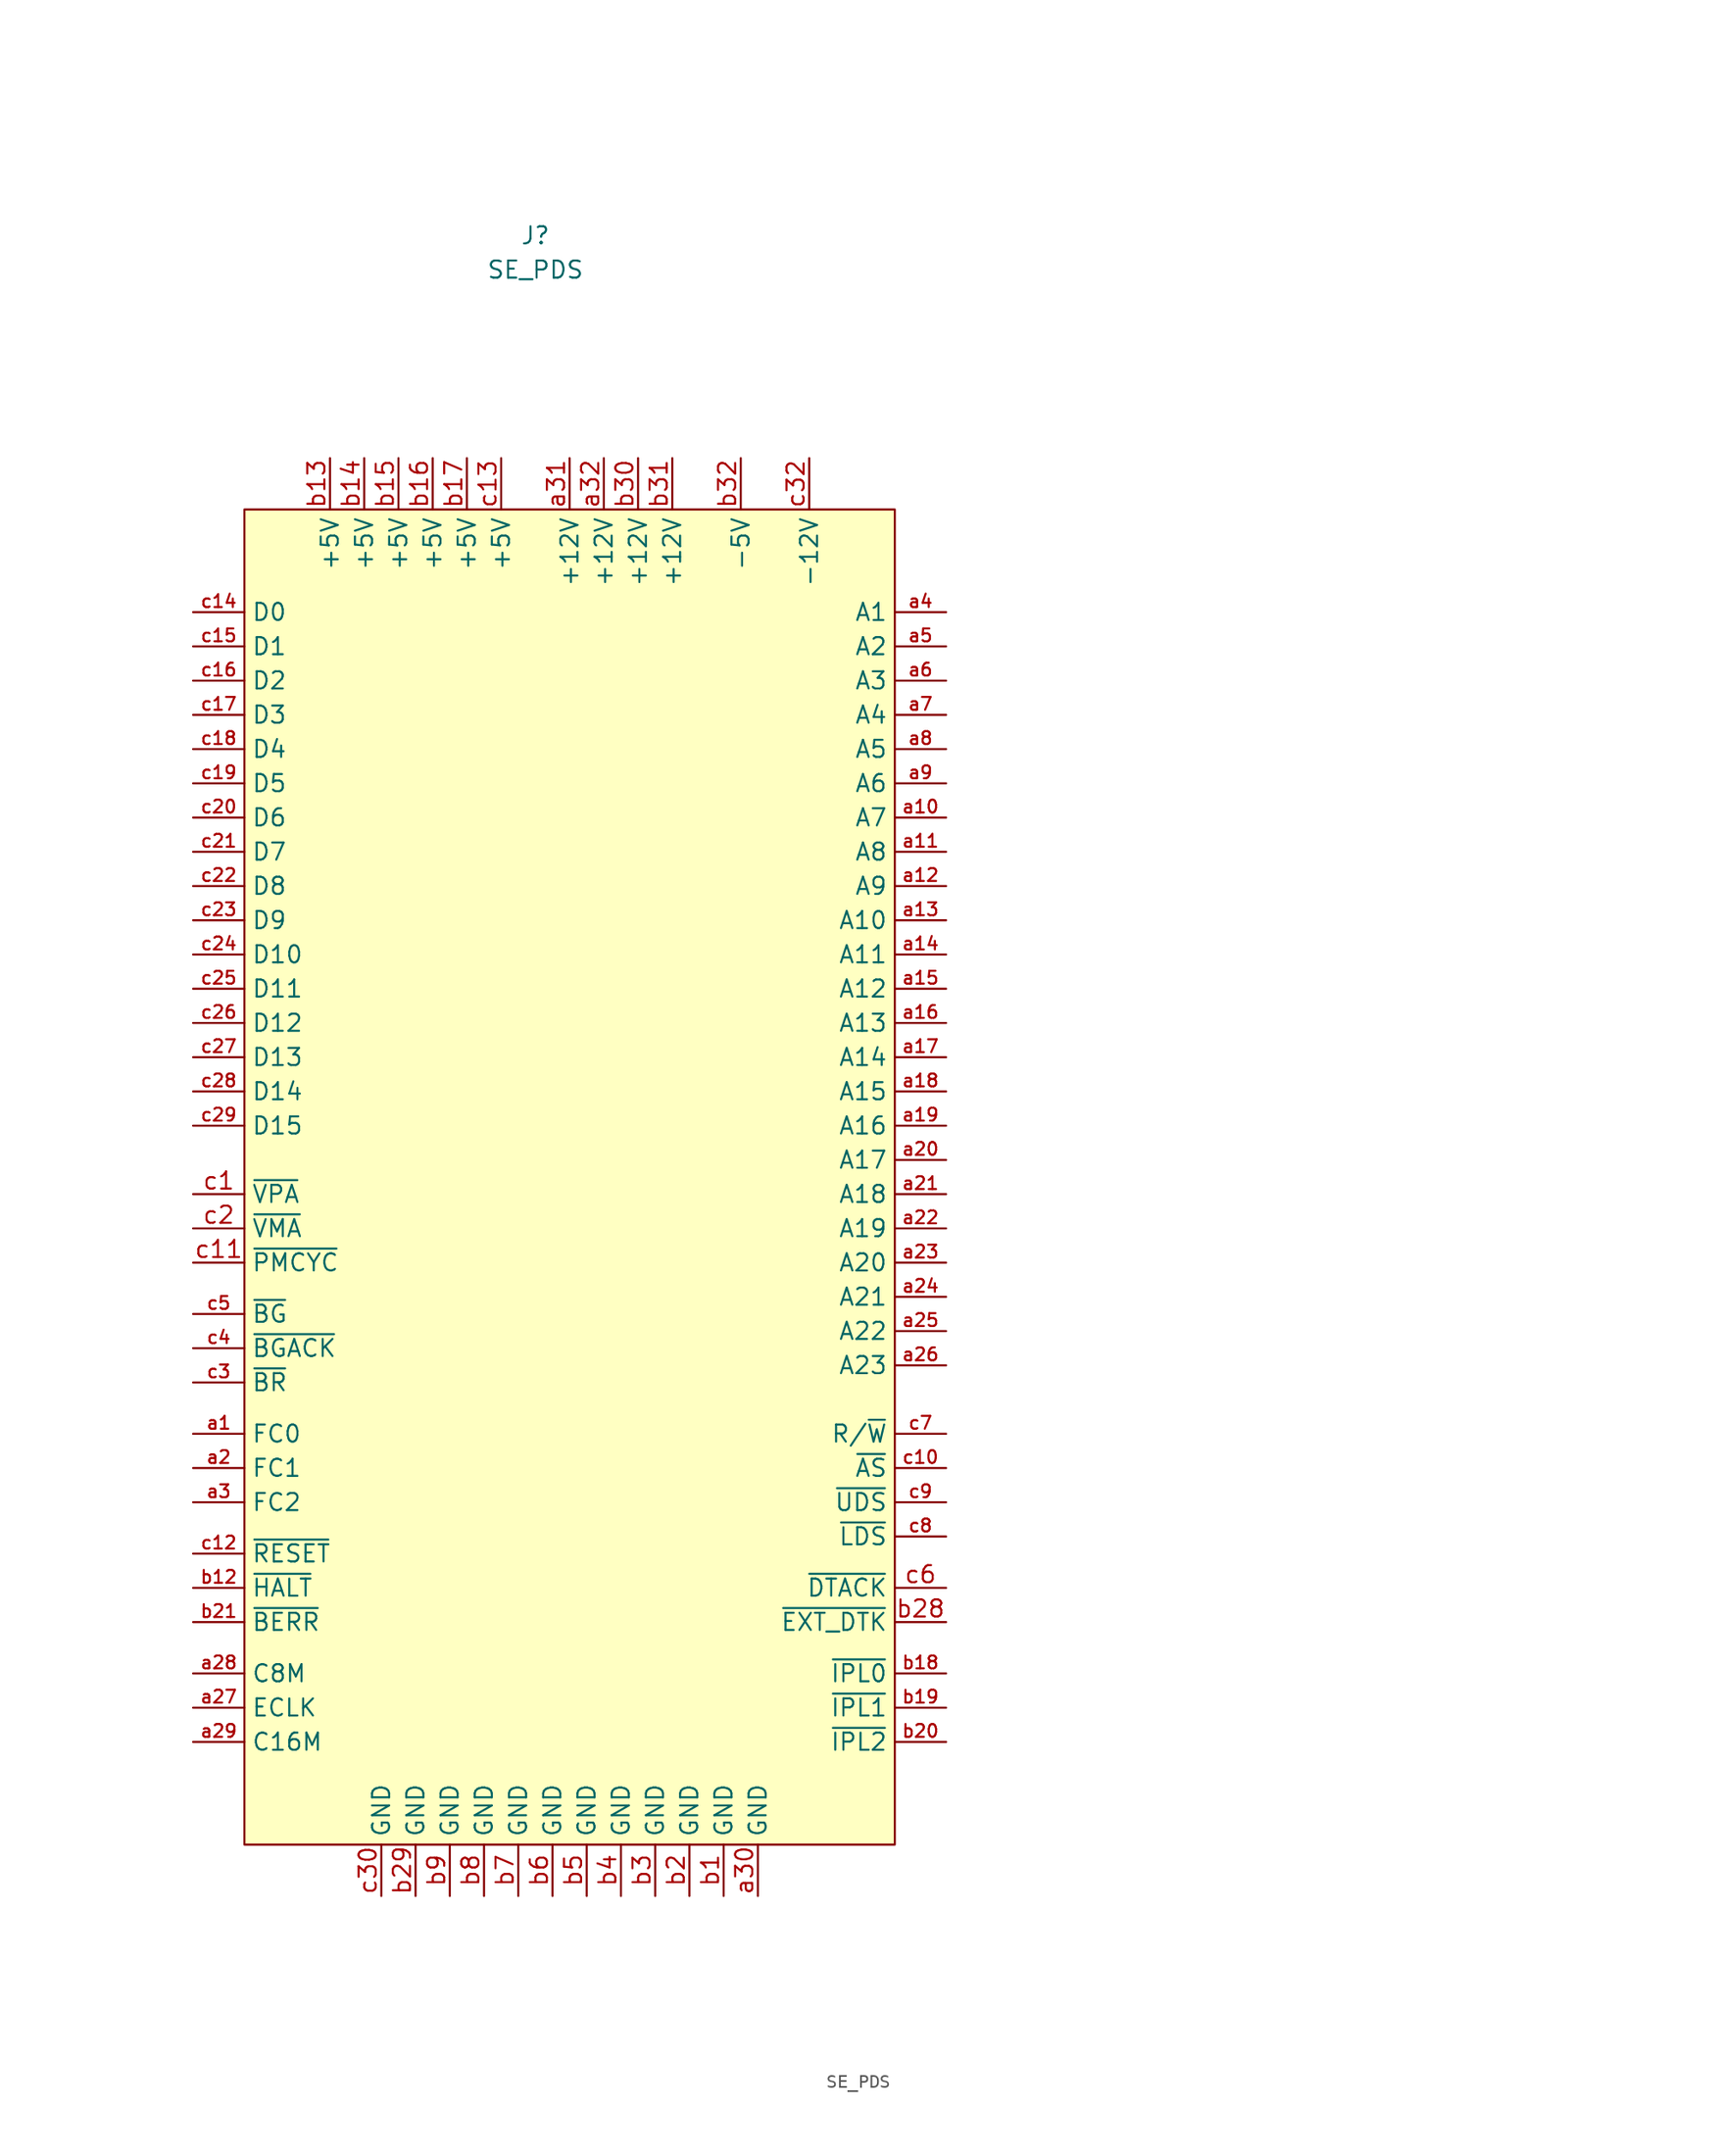
<source format=kicad_sym>
(kicad_symbol_lib
  (version 20220914)
  (generator kicad_symbol_editor)
  (symbol "SE_PDS"
    (property "Reference" "J"
      (at 0 13.97 0)
      (effects (font (size 1.27 1.27))))
    (property "Value" "SE_PDS"
      (at 0 11.43 0)
      (effects (font (size 1.27 1.27))))
    (symbol "SE_PDS_1_0"
      (pin output line (at -25.4 -74.93 0) (length 3.81) (name "FC0" (effects (font (size 1.27 1.27)))) (number "a1" (effects (font (size 0.953 0.953)))))
      (pin output line (at 30.48 -29.21 180) (length 3.81) (name "A7" (effects (font (size 1.27 1.27)))) (number "a10" (effects (font (size 0.953 0.953)))))
      (pin output line (at 30.48 -31.75 180) (length 3.81) (name "A8" (effects (font (size 1.27 1.27)))) (number "a11" (effects (font (size 0.953 0.953)))))
      (pin output line (at 30.48 -34.29 180) (length 3.81) (name "A9" (effects (font (size 1.27 1.27)))) (number "a12" (effects (font (size 0.953 0.953)))))
      (pin output line (at 30.48 -36.83 180) (length 3.81) (name "A10" (effects (font (size 1.27 1.27)))) (number "a13" (effects (font (size 0.953 0.953)))))
      (pin output line (at 30.48 -39.37 180) (length 3.81) (name "A11" (effects (font (size 1.27 1.27)))) (number "a14" (effects (font (size 0.953 0.953)))))
      (pin output line (at 30.48 -41.91 180) (length 3.81) (name "A12" (effects (font (size 1.27 1.27)))) (number "a15" (effects (font (size 0.953 0.953)))))
      (pin output line (at 30.48 -44.45 180) (length 3.81) (name "A13" (effects (font (size 1.27 1.27)))) (number "a16" (effects (font (size 0.953 0.953)))))
      (pin output line (at 30.48 -46.99 180) (length 3.81) (name "A14" (effects (font (size 1.27 1.27)))) (number "a17" (effects (font (size 0.953 0.953)))))
      (pin output line (at 30.48 -49.53 180) (length 3.81) (name "A15" (effects (font (size 1.27 1.27)))) (number "a18" (effects (font (size 0.953 0.953)))))
      (pin output line (at 30.48 -52.07 180) (length 3.81) (name "A16" (effects (font (size 1.27 1.27)))) (number "a19" (effects (font (size 0.953 0.953)))))
      (pin output line (at -25.4 -77.47 0) (length 3.81) (name "FC1" (effects (font (size 1.27 1.27)))) (number "a2" (effects (font (size 0.953 0.953)))))
      (pin output line (at 30.48 -54.61 180) (length 3.81) (name "A17" (effects (font (size 1.27 1.27)))) (number "a20" (effects (font (size 0.953 0.953)))))
      (pin output line (at 30.48 -57.15 180) (length 3.81) (name "A18" (effects (font (size 1.27 1.27)))) (number "a21" (effects (font (size 0.953 0.953)))))
      (pin output line (at 30.48 -59.69 180) (length 3.81) (name "A19" (effects (font (size 1.27 1.27)))) (number "a22" (effects (font (size 0.953 0.953)))))
      (pin output line (at 30.48 -62.23 180) (length 3.81) (name "A20" (effects (font (size 1.27 1.27)))) (number "a23" (effects (font (size 0.953 0.953)))))
      (pin output line (at 30.48 -64.77 180) (length 3.81) (name "A21" (effects (font (size 1.27 1.27)))) (number "a24" (effects (font (size 0.953 0.953)))))
      (pin output line (at 30.48 -67.31 180) (length 3.81) (name "A22" (effects (font (size 1.27 1.27)))) (number "a25" (effects (font (size 0.953 0.953)))))
      (pin output line (at 30.48 -69.85 180) (length 3.81) (name "A23" (effects (font (size 1.27 1.27)))) (number "a26" (effects (font (size 0.953 0.953)))))
      (pin output line (at -25.4 -95.25 0) (length 3.81) (name "ECLK" (effects (font (size 1.27 1.27)))) (number "a27" (effects (font (size 0.953 0.953)))))
      (pin output line (at -25.4 -92.71 0) (length 3.81) (name "C8M" (effects (font (size 1.27 1.27)))) (number "a28" (effects (font (size 0.953 0.953)))))
      (pin output line (at -25.4 -97.79 0) (length 3.81) (name "C16M" (effects (font (size 1.27 1.27)))) (number "a29" (effects (font (size 0.953 0.953)))))
      (pin output line (at -25.4 -80.01 0) (length 3.81) (name "FC2" (effects (font (size 1.27 1.27)))) (number "a3" (effects (font (size 0.953 0.953)))))
      (pin power_out line (at 16.51 -109.22 90) (length 3.81) (name "GND" (effects (font (size 1.27 1.27)))) (number "a30" (effects (font (size 1.27 1.27)))))
      (pin power_out line (at 2.54 -2.54 270) (length 3.81) (name "+12V" (effects (font (size 1.27 1.27)))) (number "a31" (effects (font (size 1.27 1.27)))))
      (pin power_out line (at 5.08 -2.54 270) (length 3.81) (name "+12V" (effects (font (size 1.27 1.27)))) (number "a32" (effects (font (size 1.27 1.27)))))
      (pin output line (at 30.48 -13.97 180) (length 3.81) (name "A1" (effects (font (size 1.27 1.27)))) (number "a4" (effects (font (size 0.953 0.953)))))
      (pin output line (at 30.48 -16.51 180) (length 3.81) (name "A2" (effects (font (size 1.27 1.27)))) (number "a5" (effects (font (size 0.953 0.953)))))
      (pin output line (at 30.48 -19.05 180) (length 3.81) (name "A3" (effects (font (size 1.27 1.27)))) (number "a6" (effects (font (size 0.953 0.953)))))
      (pin output line (at 30.48 -21.59 180) (length 3.81) (name "A4" (effects (font (size 1.27 1.27)))) (number "a7" (effects (font (size 0.953 0.953)))))
      (pin output line (at 30.48 -24.13 180) (length 3.81) (name "A5" (effects (font (size 1.27 1.27)))) (number "a8" (effects (font (size 0.953 0.953)))))
      (pin output line (at 30.48 -26.67 180) (length 3.81) (name "A6" (effects (font (size 1.27 1.27)))) (number "a9" (effects (font (size 0.953 0.953)))))
      (pin power_out line (at 13.97 -109.22 90) (length 3.81) (name "GND" (effects (font (size 1.27 1.27)))) (number "b1" (effects (font (size 1.27 1.27)))))
      (pin no_connect line (at 73.66 -34.29 180) (length 3.81) hide (name "Reserved" (effects (font (size 1.27 1.27)))) (number "b10" (effects (font (size 1.27 1.27)))))
      (pin no_connect line (at 73.66 -36.83 180) (length 3.81) hide (name "Reserved" (effects (font (size 1.27 1.27)))) (number "b11" (effects (font (size 1.27 1.27)))))
      (pin output line (at -25.4 -86.36 0) (length 3.81) (name "~{HALT}" (effects (font (size 1.27 1.27)))) (number "b12" (effects (font (size 0.953 0.953)))))
      (pin power_out line (at -15.24 -2.54 270) (length 3.81) (name "+5V" (effects (font (size 1.27 1.27)))) (number "b13" (effects (font (size 1.27 1.27)))))
      (pin power_out line (at -12.7 -2.54 270) (length 3.81) (name "+5V" (effects (font (size 1.27 1.27)))) (number "b14" (effects (font (size 1.27 1.27)))))
      (pin power_out line (at -10.16 -2.54 270) (length 3.81) (name "+5V" (effects (font (size 1.27 1.27)))) (number "b15" (effects (font (size 1.27 1.27)))))
      (pin power_out line (at -7.62 -2.54 270) (length 3.81) (name "+5V" (effects (font (size 1.27 1.27)))) (number "b16" (effects (font (size 1.27 1.27)))))
      (pin power_out line (at -5.08 -2.54 270) (length 3.81) (name "+5V" (effects (font (size 1.27 1.27)))) (number "b17" (effects (font (size 1.27 1.27)))))
      (pin input line (at 30.48 -92.71 180) (length 3.81) (name "~{IPL0}" (effects (font (size 1.27 1.27)))) (number "b18" (effects (font (size 0.953 0.953)))))
      (pin input line (at 30.48 -95.25 180) (length 3.81) (name "~{IPL1}" (effects (font (size 1.27 1.27)))) (number "b19" (effects (font (size 0.953 0.953)))))
      (pin power_out line (at 11.43 -109.22 90) (length 3.81) (name "GND" (effects (font (size 1.27 1.27)))) (number "b2" (effects (font (size 1.27 1.27)))))
      (pin input line (at 30.48 -97.79 180) (length 3.81) (name "~{IPL2}" (effects (font (size 1.27 1.27)))) (number "b20" (effects (font (size 0.953 0.953)))))
      (pin input line (at -25.4 -88.9 0) (length 3.81) (name "~{BERR}" (effects (font (size 1.27 1.27)))) (number "b21" (effects (font (size 0.953 0.953)))))
      (pin no_connect line (at 73.66 -52.07 180) (length 3.81) hide (name "Spare" (effects (font (size 1.27 1.27)))) (number "b22" (effects (font (size 1.27 1.27)))))
      (pin no_connect line (at 73.66 -54.61 180) (length 3.81) hide (name "Reserved" (effects (font (size 1.27 1.27)))) (number "b23" (effects (font (size 1.27 1.27)))))
      (pin no_connect line (at 73.66 -57.15 180) (length 3.81) hide (name "Reserved" (effects (font (size 1.27 1.27)))) (number "b24" (effects (font (size 1.27 1.27)))))
      (pin no_connect line (at 73.66 -59.69 180) (length 3.81) hide (name "Reserved" (effects (font (size 1.27 1.27)))) (number "b25" (effects (font (size 1.27 1.27)))))
      (pin no_connect line (at 73.66 -62.23 180) (length 3.81) hide (name "Reserved" (effects (font (size 1.27 1.27)))) (number "b26" (effects (font (size 1.27 1.27)))))
      (pin no_connect line (at 73.66 -64.77 180) (length 3.81) hide (name "Reserved" (effects (font (size 1.27 1.27)))) (number "b27" (effects (font (size 1.27 1.27)))))
      (pin input line (at 30.48 -88.9 180) (length 3.81) (name "~{EXT_DTK}" (effects (font (size 1.27 1.27)))) (number "b28" (effects (font (size 1.27 1.27)))))
      (pin power_out line (at -8.89 -109.22 90) (length 3.81) (name "GND" (effects (font (size 1.27 1.27)))) (number "b29" (effects (font (size 1.27 1.27)))))
      (pin power_out line (at 8.89 -109.22 90) (length 3.81) (name "GND" (effects (font (size 1.27 1.27)))) (number "b3" (effects (font (size 1.27 1.27)))))
      (pin power_out line (at 7.62 -2.54 270) (length 3.81) (name "+12V" (effects (font (size 1.27 1.27)))) (number "b30" (effects (font (size 1.27 1.27)))))
      (pin power_out line (at 10.16 -2.54 270) (length 3.81) (name "+12V" (effects (font (size 1.27 1.27)))) (number "b31" (effects (font (size 1.27 1.27)))))
      (pin power_out line (at 15.24 -2.54 270) (length 3.81) (name "-5V" (effects (font (size 1.27 1.27)))) (number "b32" (effects (font (size 1.27 1.27)))))
      (pin power_out line (at 6.35 -109.22 90) (length 3.81) (name "GND" (effects (font (size 1.27 1.27)))) (number "b4" (effects (font (size 1.27 1.27)))))
      (pin power_out line (at 3.81 -109.22 90) (length 3.81) (name "GND" (effects (font (size 1.27 1.27)))) (number "b5" (effects (font (size 1.27 1.27)))))
      (pin power_out line (at 1.27 -109.22 90) (length 3.81) (name "GND" (effects (font (size 1.27 1.27)))) (number "b6" (effects (font (size 1.27 1.27)))))
      (pin power_out line (at -1.27 -109.22 90) (length 3.81) (name "GND" (effects (font (size 1.27 1.27)))) (number "b7" (effects (font (size 1.27 1.27)))))
      (pin power_out line (at -3.81 -109.22 90) (length 3.81) (name "GND" (effects (font (size 1.27 1.27)))) (number "b8" (effects (font (size 1.27 1.27)))))
      (pin power_out line (at -6.35 -109.22 90) (length 3.81) (name "GND" (effects (font (size 1.27 1.27)))) (number "b9" (effects (font (size 1.27 1.27)))))
      (pin output line (at -25.4 -57.15 0) (length 3.81) (name "~{VPA}" (effects (font (size 1.27 1.27)))) (number "c1" (effects (font (size 1.27 1.27)))))
      (pin output line (at 30.48 -77.47 180) (length 3.81) (name "~{AS}" (effects (font (size 1.27 1.27)))) (number "c10" (effects (font (size 0.953 0.953)))))
      (pin output line (at -25.4 -62.23 0) (length 3.81) (name "~{PMCYC}" (effects (font (size 1.27 1.27)))) (number "c11" (effects (font (size 1.27 1.27)))))
      (pin output line (at -25.4 -83.82 0) (length 3.81) (name "~{RESET}" (effects (font (size 1.27 1.27)))) (number "c12" (effects (font (size 0.953 0.953)))))
      (pin power_out line (at -2.54 -2.54 270) (length 3.81) (name "+5V" (effects (font (size 1.27 1.27)))) (number "c13" (effects (font (size 1.27 1.27)))))
      (pin bidirectional line (at -25.4 -13.97 0) (length 3.81) (name "D0" (effects (font (size 1.27 1.27)))) (number "c14" (effects (font (size 0.953 0.953)))))
      (pin bidirectional line (at -25.4 -16.51 0) (length 3.81) (name "D1" (effects (font (size 1.27 1.27)))) (number "c15" (effects (font (size 0.953 0.953)))))
      (pin bidirectional line (at -25.4 -19.05 0) (length 3.81) (name "D2" (effects (font (size 1.27 1.27)))) (number "c16" (effects (font (size 0.953 0.953)))))
      (pin bidirectional line (at -25.4 -21.59 0) (length 3.81) (name "D3" (effects (font (size 1.27 1.27)))) (number "c17" (effects (font (size 0.953 0.953)))))
      (pin bidirectional line (at -25.4 -24.13 0) (length 3.81) (name "D4" (effects (font (size 1.27 1.27)))) (number "c18" (effects (font (size 0.953 0.953)))))
      (pin bidirectional line (at -25.4 -26.67 0) (length 3.81) (name "D5" (effects (font (size 1.27 1.27)))) (number "c19" (effects (font (size 0.953 0.953)))))
      (pin output line (at -25.4 -59.69 0) (length 3.81) (name "~{VMA}" (effects (font (size 1.27 1.27)))) (number "c2" (effects (font (size 1.27 1.27)))))
      (pin bidirectional line (at -25.4 -29.21 0) (length 3.81) (name "D6" (effects (font (size 1.27 1.27)))) (number "c20" (effects (font (size 0.953 0.953)))))
      (pin bidirectional line (at -25.4 -31.75 0) (length 3.81) (name "D7" (effects (font (size 1.27 1.27)))) (number "c21" (effects (font (size 0.953 0.953)))))
      (pin bidirectional line (at -25.4 -34.29 0) (length 3.81) (name "D8" (effects (font (size 1.27 1.27)))) (number "c22" (effects (font (size 0.953 0.953)))))
      (pin bidirectional line (at -25.4 -36.83 0) (length 3.81) (name "D9" (effects (font (size 1.27 1.27)))) (number "c23" (effects (font (size 0.953 0.953)))))
      (pin bidirectional line (at -25.4 -39.37 0) (length 3.81) (name "D10" (effects (font (size 1.27 1.27)))) (number "c24" (effects (font (size 0.953 0.953)))))
      (pin bidirectional line (at -25.4 -41.91 0) (length 3.81) (name "D11" (effects (font (size 1.27 1.27)))) (number "c25" (effects (font (size 0.953 0.953)))))
      (pin bidirectional line (at -25.4 -44.45 0) (length 3.81) (name "D12" (effects (font (size 1.27 1.27)))) (number "c26" (effects (font (size 0.953 0.953)))))
      (pin bidirectional line (at -25.4 -46.99 0) (length 3.81) (name "D13" (effects (font (size 1.27 1.27)))) (number "c27" (effects (font (size 0.953 0.953)))))
      (pin bidirectional line (at -25.4 -49.53 0) (length 3.81) (name "D14" (effects (font (size 1.27 1.27)))) (number "c28" (effects (font (size 0.953 0.953)))))
      (pin bidirectional line (at -25.4 -52.07 0) (length 3.81) (name "D15" (effects (font (size 1.27 1.27)))) (number "c29" (effects (font (size 0.953 0.953)))))
      (pin input line (at -25.4 -71.12 0) (length 3.81) (name "~{BR}" (effects (font (size 1.27 1.27)))) (number "c3" (effects (font (size 0.953 0.953)))))
      (pin power_out line (at -11.43 -109.22 90) (length 3.81) (name "GND" (effects (font (size 1.27 1.27)))) (number "c30" (effects (font (size 1.27 1.27)))))
      (pin no_connect line (at 73.66 -95.25 180) (length 3.81) hide (name "Spare" (effects (font (size 1.27 1.27)))) (number "c31" (effects (font (size 1.27 1.27)))))
      (pin power_out line (at 20.32 -2.54 270) (length 3.81) (name "-12V" (effects (font (size 1.27 1.27)))) (number "c32" (effects (font (size 1.27 1.27)))))
      (pin input line (at -25.4 -68.58 0) (length 3.81) (name "~{BGACK}" (effects (font (size 1.27 1.27)))) (number "c4" (effects (font (size 0.953 0.953)))))
      (pin output line (at -25.4 -66.04 0) (length 3.81) (name "~{BG}" (effects (font (size 1.27 1.27)))) (number "c5" (effects (font (size 0.953 0.953)))))
      (pin bidirectional line (at 30.48 -86.36 180) (length 3.81) (name "~{DTACK}" (effects (font (size 1.27 1.27)))) (number "c6" (effects (font (size 1.27 1.27)))))
      (pin output line (at 30.48 -74.93 180) (length 3.81) (name "R/~{W}" (effects (font (size 1.27 1.27)))) (number "c7" (effects (font (size 0.953 0.953)))))
      (pin input line (at 30.48 -82.55 180) (length 3.81) (name "~{LDS}" (effects (font (size 1.27 1.27)))) (number "c8" (effects (font (size 0.953 0.953)))))
      (pin input line (at 30.48 -80.01 180) (length 3.81) (name "~{UDS}" (effects (font (size 1.27 1.27)))) (number "c9" (effects (font (size 0.953 0.953))))))
    (symbol "SE_PDS_1_1"
      (rectangle (start -21.59 -6.35) (end 26.67 -105.41) (stroke (width 0) (type default)) (fill (type background))))))
</source>
